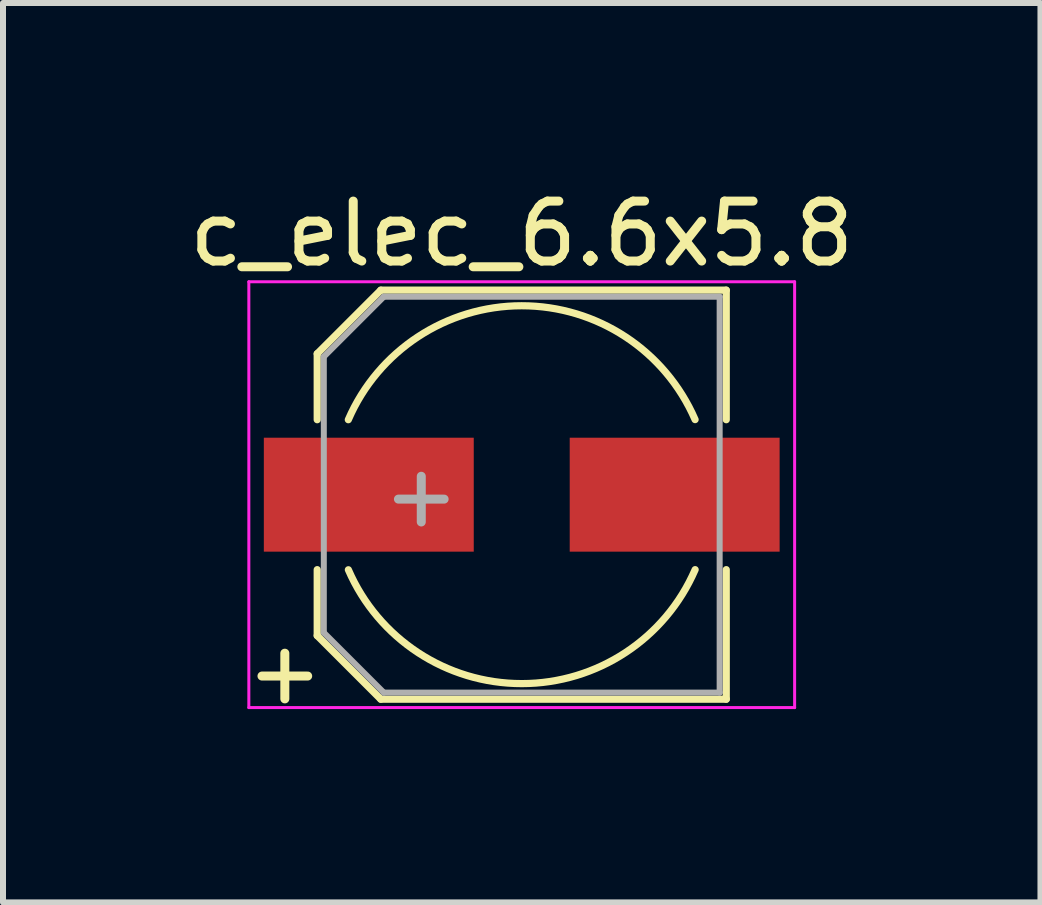
<source format=kicad_pcb>
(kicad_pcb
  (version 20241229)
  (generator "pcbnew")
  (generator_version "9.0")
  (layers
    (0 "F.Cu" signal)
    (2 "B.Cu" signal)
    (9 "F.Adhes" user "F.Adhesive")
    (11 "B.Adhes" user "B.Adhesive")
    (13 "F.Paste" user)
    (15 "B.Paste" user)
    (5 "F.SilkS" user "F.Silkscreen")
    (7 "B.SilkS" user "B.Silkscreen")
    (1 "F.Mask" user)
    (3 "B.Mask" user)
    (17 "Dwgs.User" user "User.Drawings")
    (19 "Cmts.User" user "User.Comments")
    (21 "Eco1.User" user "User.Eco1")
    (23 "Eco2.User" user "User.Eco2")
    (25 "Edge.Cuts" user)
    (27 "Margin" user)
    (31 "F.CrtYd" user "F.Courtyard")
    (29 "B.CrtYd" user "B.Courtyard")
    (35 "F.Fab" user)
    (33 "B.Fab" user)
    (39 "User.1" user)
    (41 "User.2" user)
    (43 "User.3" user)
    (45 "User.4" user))
  (footprint "c_elec_6.6x5.8"
    (layer "F.Cu")
    (at 5.649 5.198)
    (property "Reference" "c_elec_6.6x5.8" (at 0 -4.35 0) (layer "F.SilkS") (effects (font (size 1 1) (thickness 0.15))))
    (attr smd)
    (fp_line (start -3.41 -2.35) (end -3.41 -1.25) (stroke (width 0.12) (type solid)) (layer "F.SilkS"))
    (fp_line (start -3.41 -2.35) (end -2.35 -3.41) (stroke (width 0.12) (type solid)) (layer "F.SilkS"))
    (fp_line (start -3.41 2.35) (end -3.41 1.25) (stroke (width 0.12) (type solid)) (layer "F.SilkS"))
    (fp_line (start -3.41 2.35) (end -2.35 3.41) (stroke (width 0.12) (type solid)) (layer "F.SilkS"))
    (fp_line (start -2.35 -3.41) (end 3.41 -3.41) (stroke (width 0.12) (type solid)) (layer "F.SilkS"))
    (fp_line (start -2.35 3.41) (end 3.41 3.41) (stroke (width 0.12) (type solid)) (layer "F.SilkS"))
    (fp_line (start 3.41 -3.41) (end 3.41 -1.25) (stroke (width 0.12) (type solid)) (layer "F.SilkS"))
    (fp_line (start 3.41 3.41) (end 3.41 1.25) (stroke (width 0.12) (type solid)) (layer "F.SilkS"))
    (fp_arc (start -2.891366 -1.25) (mid -0.001107 -3.149999) (end 2.890487 -1.252031) (stroke (width 0.12) (type solid)) (layer "F.SilkS"))
    (fp_arc (start 2.891366 1.25) (mid 0.001107 3.149999) (end -2.890487 1.252031) (stroke (width 0.12) (type solid)) (layer "F.SilkS"))
    (fp_line (start -4.55 -3.55) (end -4.55 3.55) (stroke (width 0.05) (type solid)) (layer "F.CrtYd"))
    (fp_line (start -4.55 3.55) (end 4.55 3.55) (stroke (width 0.05) (type solid)) (layer "F.CrtYd"))
    (fp_line (start 4.55 -3.55) (end -4.55 -3.55) (stroke (width 0.05) (type solid)) (layer "F.CrtYd"))
    (fp_line (start 4.55 3.55) (end 4.55 -3.55) (stroke (width 0.05) (type solid)) (layer "F.CrtYd"))
    (fp_line (start -3.3 -2.3) (end -3.3 2.3) (stroke (width 0.1) (type solid)) (layer "F.Fab"))
    (fp_line (start -3.3 -2.3) (end -2.3 -3.3) (stroke (width 0.1) (type solid)) (layer "F.Fab"))
    (fp_line (start -3.3 2.3) (end -2.3 3.3) (stroke (width 0.1) (type solid)) (layer "F.Fab"))
    (fp_line (start -2.3 -3.3) (end 3.3 -3.3) (stroke (width 0.1) (type solid)) (layer "F.Fab"))
    (fp_line (start -2.3 3.3) (end 3.3 3.3) (stroke (width 0.1) (type solid)) (layer "F.Fab"))
    (fp_line (start 3.3 -3.3) (end 3.3 3.3) (stroke (width 0.1) (type solid)) (layer "F.Fab"))
    (fp_text user "+" (at -3.95 2.95 0) (layer "F.SilkS") (effects (font (size 1 1) (thickness 0.15))))
    (fp_text user "+" (at -1.675 0 0) (layer "F.Fab") (effects (font (size 1 1) (thickness 0.15))))
    (pad "1" smd rect (at -2.55 0) (size 3.5 1.9) (layers "F.Cu" "F.Mask" "F.Paste"))
    (pad "2" smd rect (at 2.55 0) (size 3.5 1.9) (layers "F.Cu" "F.Mask" "F.Paste")))
  (gr_rect
    (start -3 -3)
    (end 14.298 11.996)
    (stroke (width 0.1) (type default))
    (fill no)
    (layer "Edge.Cuts")))
</source>
